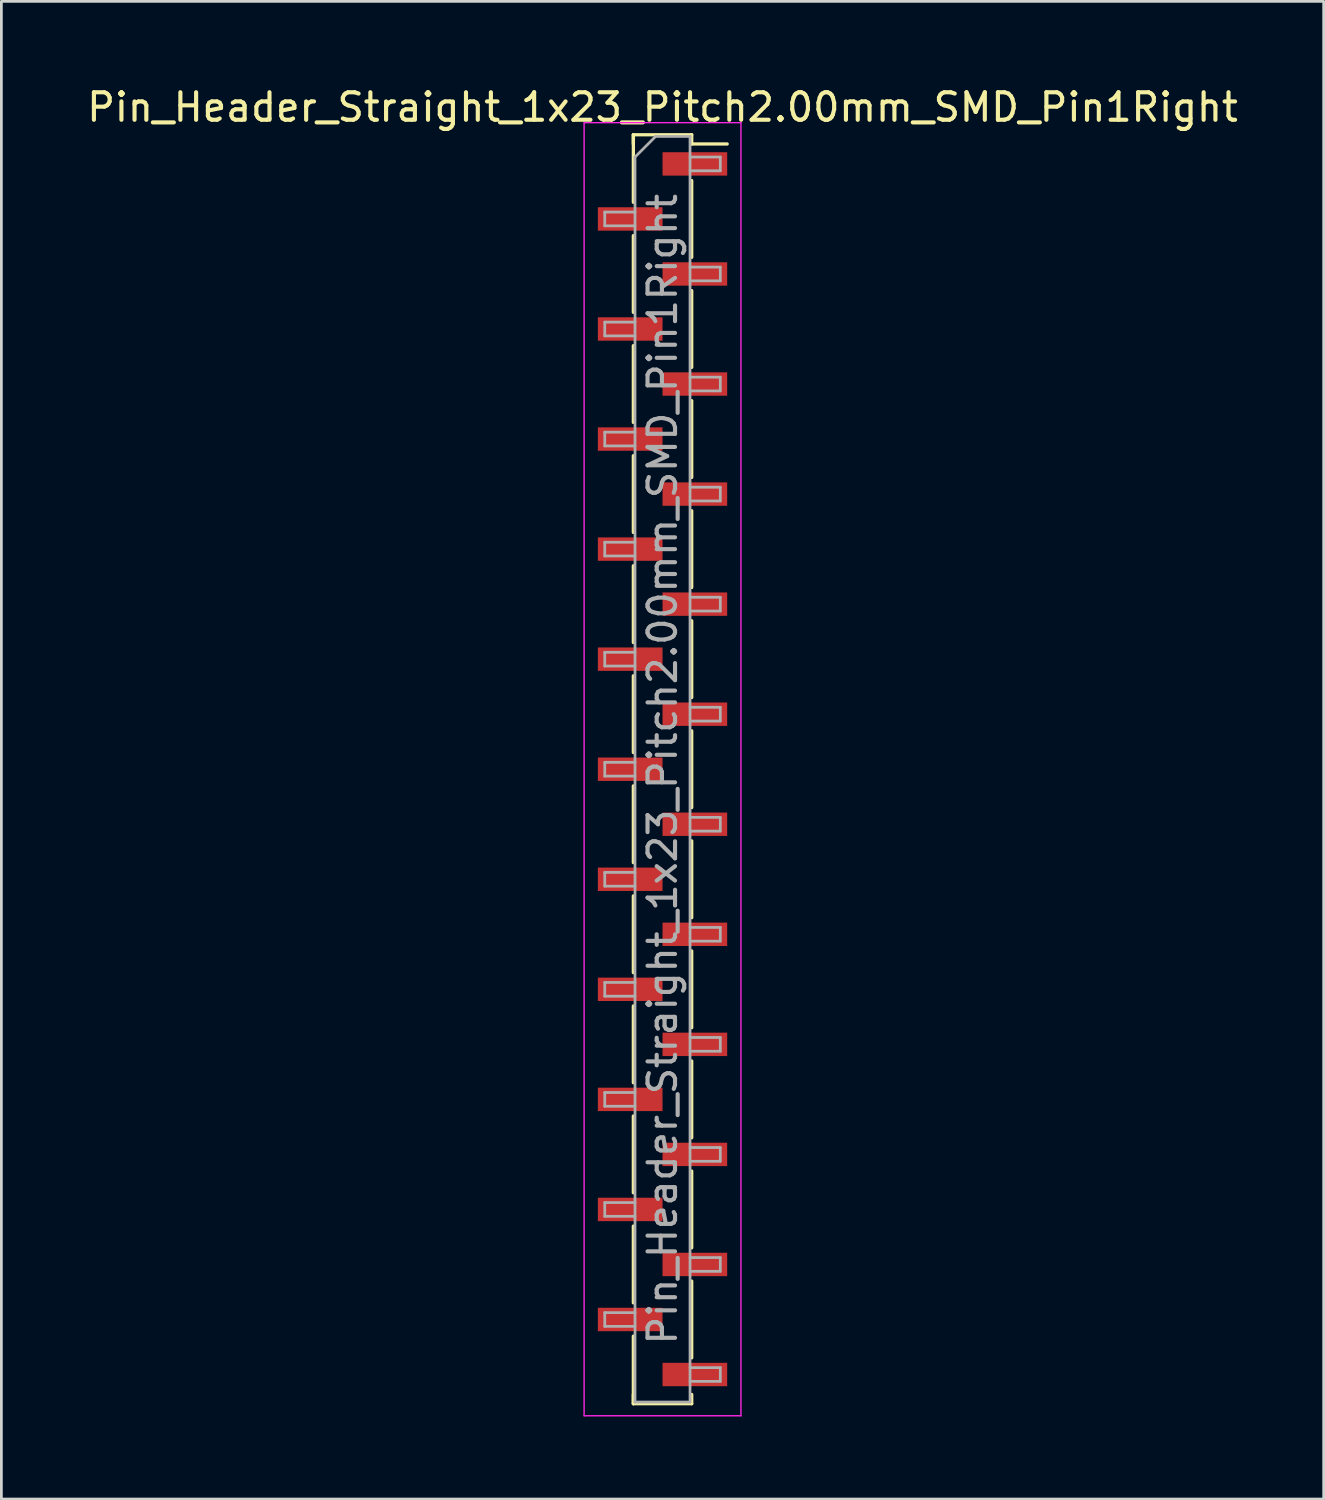
<source format=kicad_pcb>
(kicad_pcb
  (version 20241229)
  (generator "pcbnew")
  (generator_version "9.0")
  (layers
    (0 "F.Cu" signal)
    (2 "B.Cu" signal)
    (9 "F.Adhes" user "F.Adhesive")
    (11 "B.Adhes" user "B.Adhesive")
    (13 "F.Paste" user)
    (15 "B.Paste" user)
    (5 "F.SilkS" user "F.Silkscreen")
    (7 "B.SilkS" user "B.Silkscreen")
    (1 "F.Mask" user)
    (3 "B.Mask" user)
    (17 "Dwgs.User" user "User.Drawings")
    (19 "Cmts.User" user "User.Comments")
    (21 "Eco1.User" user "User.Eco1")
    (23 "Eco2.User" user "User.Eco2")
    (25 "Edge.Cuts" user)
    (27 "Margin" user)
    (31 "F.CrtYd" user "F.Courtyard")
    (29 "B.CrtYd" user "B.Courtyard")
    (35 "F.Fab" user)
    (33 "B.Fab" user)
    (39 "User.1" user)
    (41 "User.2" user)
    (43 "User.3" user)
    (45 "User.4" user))
  (footprint "Pin_Header_Straight_1x23_Pitch2.00mm_SMD_Pin1Right"
    (layer "F.Cu")
    (at 21.03 24.908)
    (property "Reference" "Pin_Header_Straight_1x23_Pitch2.00mm_SMD_Pin1Right" (at 0 -24.06 0) (layer "F.SilkS") (effects (font (size 1 1) (thickness 0.15))))
    (attr smd)
    (fp_line (start -1.06 -23.06) (end -1.06 -20.605) (stroke (width 0.12) (type solid)) (layer "F.SilkS"))
    (fp_line (start -1.06 -23.06) (end 1.06 -23.06) (stroke (width 0.12) (type solid)) (layer "F.SilkS"))
    (fp_line (start -1.06 -22.725) (end -1.06 -23.06) (stroke (width 0.12) (type solid)) (layer "F.SilkS"))
    (fp_line (start -1.06 -19.395) (end -1.06 -16.605) (stroke (width 0.12) (type solid)) (layer "F.SilkS"))
    (fp_line (start -1.06 -15.395) (end -1.06 -12.605) (stroke (width 0.12) (type solid)) (layer "F.SilkS"))
    (fp_line (start -1.06 -11.395) (end -1.06 -8.605) (stroke (width 0.12) (type solid)) (layer "F.SilkS"))
    (fp_line (start -1.06 -7.395) (end -1.06 -4.605) (stroke (width 0.12) (type solid)) (layer "F.SilkS"))
    (fp_line (start -1.06 -3.395) (end -1.06 -0.605) (stroke (width 0.12) (type solid)) (layer "F.SilkS"))
    (fp_line (start -1.06 0.605) (end -1.06 3.395) (stroke (width 0.12) (type solid)) (layer "F.SilkS"))
    (fp_line (start -1.06 4.605) (end -1.06 7.395) (stroke (width 0.12) (type solid)) (layer "F.SilkS"))
    (fp_line (start -1.06 8.605) (end -1.06 11.395) (stroke (width 0.12) (type solid)) (layer "F.SilkS"))
    (fp_line (start -1.06 12.605) (end -1.06 15.395) (stroke (width 0.12) (type solid)) (layer "F.SilkS"))
    (fp_line (start -1.06 16.605) (end -1.06 19.395) (stroke (width 0.12) (type solid)) (layer "F.SilkS"))
    (fp_line (start -1.06 20.605) (end -1.06 23.06) (stroke (width 0.12) (type solid)) (layer "F.SilkS"))
    (fp_line (start -1.06 22.725) (end -1.06 23.06) (stroke (width 0.12) (type solid)) (layer "F.SilkS"))
    (fp_line (start -1.06 23.06) (end 1.06 23.06) (stroke (width 0.12) (type solid)) (layer "F.SilkS"))
    (fp_line (start 1.06 -23.06) (end 1.06 -22.725) (stroke (width 0.12) (type solid)) (layer "F.SilkS"))
    (fp_line (start 1.06 -22.725) (end 2.35 -22.725) (stroke (width 0.12) (type solid)) (layer "F.SilkS"))
    (fp_line (start 1.06 -21.395) (end 1.06 -18.605) (stroke (width 0.12) (type solid)) (layer "F.SilkS"))
    (fp_line (start 1.06 -17.395) (end 1.06 -14.605) (stroke (width 0.12) (type solid)) (layer "F.SilkS"))
    (fp_line (start 1.06 -13.395) (end 1.06 -10.605) (stroke (width 0.12) (type solid)) (layer "F.SilkS"))
    (fp_line (start 1.06 -9.395) (end 1.06 -6.605) (stroke (width 0.12) (type solid)) (layer "F.SilkS"))
    (fp_line (start 1.06 -5.395) (end 1.06 -2.605) (stroke (width 0.12) (type solid)) (layer "F.SilkS"))
    (fp_line (start 1.06 -1.395) (end 1.06 1.395) (stroke (width 0.12) (type solid)) (layer "F.SilkS"))
    (fp_line (start 1.06 2.605) (end 1.06 5.395) (stroke (width 0.12) (type solid)) (layer "F.SilkS"))
    (fp_line (start 1.06 6.605) (end 1.06 9.395) (stroke (width 0.12) (type solid)) (layer "F.SilkS"))
    (fp_line (start 1.06 10.605) (end 1.06 13.395) (stroke (width 0.12) (type solid)) (layer "F.SilkS"))
    (fp_line (start 1.06 14.605) (end 1.06 17.395) (stroke (width 0.12) (type solid)) (layer "F.SilkS"))
    (fp_line (start 1.06 18.605) (end 1.06 21.395) (stroke (width 0.12) (type solid)) (layer "F.SilkS"))
    (fp_line (start 1.06 23.06) (end 1.06 22.725) (stroke (width 0.12) (type solid)) (layer "F.SilkS"))
    (fp_line (start -2.85 -23.5) (end -2.85 23.5) (stroke (width 0.05) (type solid)) (layer "F.CrtYd"))
    (fp_line (start -2.85 23.5) (end 2.85 23.5) (stroke (width 0.05) (type solid)) (layer "F.CrtYd"))
    (fp_line (start 2.85 -23.5) (end -2.85 -23.5) (stroke (width 0.05) (type solid)) (layer "F.CrtYd"))
    (fp_line (start 2.85 23.5) (end 2.85 -23.5) (stroke (width 0.05) (type solid)) (layer "F.CrtYd"))
    (fp_line (start -2.1 -20.25) (end -2.1 -19.75) (stroke (width 0.1) (type solid)) (layer "F.Fab"))
    (fp_line (start -2.1 -19.75) (end -1 -19.75) (stroke (width 0.1) (type solid)) (layer "F.Fab"))
    (fp_line (start -2.1 -16.25) (end -2.1 -15.75) (stroke (width 0.1) (type solid)) (layer "F.Fab"))
    (fp_line (start -2.1 -15.75) (end -1 -15.75) (stroke (width 0.1) (type solid)) (layer "F.Fab"))
    (fp_line (start -2.1 -12.25) (end -2.1 -11.75) (stroke (width 0.1) (type solid)) (layer "F.Fab"))
    (fp_line (start -2.1 -11.75) (end -1 -11.75) (stroke (width 0.1) (type solid)) (layer "F.Fab"))
    (fp_line (start -2.1 -8.25) (end -2.1 -7.75) (stroke (width 0.1) (type solid)) (layer "F.Fab"))
    (fp_line (start -2.1 -7.75) (end -1 -7.75) (stroke (width 0.1) (type solid)) (layer "F.Fab"))
    (fp_line (start -2.1 -4.25) (end -2.1 -3.75) (stroke (width 0.1) (type solid)) (layer "F.Fab"))
    (fp_line (start -2.1 -3.75) (end -1 -3.75) (stroke (width 0.1) (type solid)) (layer "F.Fab"))
    (fp_line (start -2.1 -0.25) (end -2.1 0.25) (stroke (width 0.1) (type solid)) (layer "F.Fab"))
    (fp_line (start -2.1 0.25) (end -1 0.25) (stroke (width 0.1) (type solid)) (layer "F.Fab"))
    (fp_line (start -2.1 3.75) (end -2.1 4.25) (stroke (width 0.1) (type solid)) (layer "F.Fab"))
    (fp_line (start -2.1 4.25) (end -1 4.25) (stroke (width 0.1) (type solid)) (layer "F.Fab"))
    (fp_line (start -2.1 7.75) (end -2.1 8.25) (stroke (width 0.1) (type solid)) (layer "F.Fab"))
    (fp_line (start -2.1 8.25) (end -1 8.25) (stroke (width 0.1) (type solid)) (layer "F.Fab"))
    (fp_line (start -2.1 11.75) (end -2.1 12.25) (stroke (width 0.1) (type solid)) (layer "F.Fab"))
    (fp_line (start -2.1 12.25) (end -1 12.25) (stroke (width 0.1) (type solid)) (layer "F.Fab"))
    (fp_line (start -2.1 15.75) (end -2.1 16.25) (stroke (width 0.1) (type solid)) (layer "F.Fab"))
    (fp_line (start -2.1 16.25) (end -1 16.25) (stroke (width 0.1) (type solid)) (layer "F.Fab"))
    (fp_line (start -2.1 19.75) (end -2.1 20.25) (stroke (width 0.1) (type solid)) (layer "F.Fab"))
    (fp_line (start -2.1 20.25) (end -1 20.25) (stroke (width 0.1) (type solid)) (layer "F.Fab"))
    (fp_line (start -1 -22.25) (end -0.25 -23) (stroke (width 0.1) (type solid)) (layer "F.Fab"))
    (fp_line (start -1 -20.25) (end -2.1 -20.25) (stroke (width 0.1) (type solid)) (layer "F.Fab"))
    (fp_line (start -1 -16.25) (end -2.1 -16.25) (stroke (width 0.1) (type solid)) (layer "F.Fab"))
    (fp_line (start -1 -12.25) (end -2.1 -12.25) (stroke (width 0.1) (type solid)) (layer "F.Fab"))
    (fp_line (start -1 -8.25) (end -2.1 -8.25) (stroke (width 0.1) (type solid)) (layer "F.Fab"))
    (fp_line (start -1 -4.25) (end -2.1 -4.25) (stroke (width 0.1) (type solid)) (layer "F.Fab"))
    (fp_line (start -1 -0.25) (end -2.1 -0.25) (stroke (width 0.1) (type solid)) (layer "F.Fab"))
    (fp_line (start -1 3.75) (end -2.1 3.75) (stroke (width 0.1) (type solid)) (layer "F.Fab"))
    (fp_line (start -1 7.75) (end -2.1 7.75) (stroke (width 0.1) (type solid)) (layer "F.Fab"))
    (fp_line (start -1 11.75) (end -2.1 11.75) (stroke (width 0.1) (type solid)) (layer "F.Fab"))
    (fp_line (start -1 15.75) (end -2.1 15.75) (stroke (width 0.1) (type solid)) (layer "F.Fab"))
    (fp_line (start -1 19.75) (end -2.1 19.75) (stroke (width 0.1) (type solid)) (layer "F.Fab"))
    (fp_line (start -1 23) (end -1 -22.25) (stroke (width 0.1) (type solid)) (layer "F.Fab"))
    (fp_line (start -0.25 -23) (end 1 -23) (stroke (width 0.1) (type solid)) (layer "F.Fab"))
    (fp_line (start 1 -23) (end 1 23) (stroke (width 0.1) (type solid)) (layer "F.Fab"))
    (fp_line (start 1 -22.25) (end 2.1 -22.25) (stroke (width 0.1) (type solid)) (layer "F.Fab"))
    (fp_line (start 1 -18.25) (end 2.1 -18.25) (stroke (width 0.1) (type solid)) (layer "F.Fab"))
    (fp_line (start 1 -14.25) (end 2.1 -14.25) (stroke (width 0.1) (type solid)) (layer "F.Fab"))
    (fp_line (start 1 -10.25) (end 2.1 -10.25) (stroke (width 0.1) (type solid)) (layer "F.Fab"))
    (fp_line (start 1 -6.25) (end 2.1 -6.25) (stroke (width 0.1) (type solid)) (layer "F.Fab"))
    (fp_line (start 1 -2.25) (end 2.1 -2.25) (stroke (width 0.1) (type solid)) (layer "F.Fab"))
    (fp_line (start 1 1.75) (end 2.1 1.75) (stroke (width 0.1) (type solid)) (layer "F.Fab"))
    (fp_line (start 1 5.75) (end 2.1 5.75) (stroke (width 0.1) (type solid)) (layer "F.Fab"))
    (fp_line (start 1 9.75) (end 2.1 9.75) (stroke (width 0.1) (type solid)) (layer "F.Fab"))
    (fp_line (start 1 13.75) (end 2.1 13.75) (stroke (width 0.1) (type solid)) (layer "F.Fab"))
    (fp_line (start 1 17.75) (end 2.1 17.75) (stroke (width 0.1) (type solid)) (layer "F.Fab"))
    (fp_line (start 1 21.75) (end 2.1 21.75) (stroke (width 0.1) (type solid)) (layer "F.Fab"))
    (fp_line (start 1 23) (end -1 23) (stroke (width 0.1) (type solid)) (layer "F.Fab"))
    (fp_line (start 2.1 -22.25) (end 2.1 -21.75) (stroke (width 0.1) (type solid)) (layer "F.Fab"))
    (fp_line (start 2.1 -21.75) (end 1 -21.75) (stroke (width 0.1) (type solid)) (layer "F.Fab"))
    (fp_line (start 2.1 -18.25) (end 2.1 -17.75) (stroke (width 0.1) (type solid)) (layer "F.Fab"))
    (fp_line (start 2.1 -17.75) (end 1 -17.75) (stroke (width 0.1) (type solid)) (layer "F.Fab"))
    (fp_line (start 2.1 -14.25) (end 2.1 -13.75) (stroke (width 0.1) (type solid)) (layer "F.Fab"))
    (fp_line (start 2.1 -13.75) (end 1 -13.75) (stroke (width 0.1) (type solid)) (layer "F.Fab"))
    (fp_line (start 2.1 -10.25) (end 2.1 -9.75) (stroke (width 0.1) (type solid)) (layer "F.Fab"))
    (fp_line (start 2.1 -9.75) (end 1 -9.75) (stroke (width 0.1) (type solid)) (layer "F.Fab"))
    (fp_line (start 2.1 -6.25) (end 2.1 -5.75) (stroke (width 0.1) (type solid)) (layer "F.Fab"))
    (fp_line (start 2.1 -5.75) (end 1 -5.75) (stroke (width 0.1) (type solid)) (layer "F.Fab"))
    (fp_line (start 2.1 -2.25) (end 2.1 -1.75) (stroke (width 0.1) (type solid)) (layer "F.Fab"))
    (fp_line (start 2.1 -1.75) (end 1 -1.75) (stroke (width 0.1) (type solid)) (layer "F.Fab"))
    (fp_line (start 2.1 1.75) (end 2.1 2.25) (stroke (width 0.1) (type solid)) (layer "F.Fab"))
    (fp_line (start 2.1 2.25) (end 1 2.25) (stroke (width 0.1) (type solid)) (layer "F.Fab"))
    (fp_line (start 2.1 5.75) (end 2.1 6.25) (stroke (width 0.1) (type solid)) (layer "F.Fab"))
    (fp_line (start 2.1 6.25) (end 1 6.25) (stroke (width 0.1) (type solid)) (layer "F.Fab"))
    (fp_line (start 2.1 9.75) (end 2.1 10.25) (stroke (width 0.1) (type solid)) (layer "F.Fab"))
    (fp_line (start 2.1 10.25) (end 1 10.25) (stroke (width 0.1) (type solid)) (layer "F.Fab"))
    (fp_line (start 2.1 13.75) (end 2.1 14.25) (stroke (width 0.1) (type solid)) (layer "F.Fab"))
    (fp_line (start 2.1 14.25) (end 1 14.25) (stroke (width 0.1) (type solid)) (layer "F.Fab"))
    (fp_line (start 2.1 17.75) (end 2.1 18.25) (stroke (width 0.1) (type solid)) (layer "F.Fab"))
    (fp_line (start 2.1 18.25) (end 1 18.25) (stroke (width 0.1) (type solid)) (layer "F.Fab"))
    (fp_line (start 2.1 21.75) (end 2.1 22.25) (stroke (width 0.1) (type solid)) (layer "F.Fab"))
    (fp_line (start 2.1 22.25) (end 1 22.25) (stroke (width 0.1) (type solid)) (layer "F.Fab"))
    (fp_text user "${REFERENCE}" (at 0 0 90) (layer "F.Fab") (effects (font (size 1 1) (thickness 0.15))))
    (pad "1" smd rect (at 1.175 -22) (size 2.35 0.85) (layers "F.Cu" "F.Mask" "F.Paste"))
    (pad "2" smd rect (at -1.175 -20) (size 2.35 0.85) (layers "F.Cu" "F.Mask" "F.Paste"))
    (pad "3" smd rect (at 1.175 -18) (size 2.35 0.85) (layers "F.Cu" "F.Mask" "F.Paste"))
    (pad "4" smd rect (at -1.175 -16) (size 2.35 0.85) (layers "F.Cu" "F.Mask" "F.Paste"))
    (pad "5" smd rect (at 1.175 -14) (size 2.35 0.85) (layers "F.Cu" "F.Mask" "F.Paste"))
    (pad "6" smd rect (at -1.175 -12) (size 2.35 0.85) (layers "F.Cu" "F.Mask" "F.Paste"))
    (pad "7" smd rect (at 1.175 -10) (size 2.35 0.85) (layers "F.Cu" "F.Mask" "F.Paste"))
    (pad "8" smd rect (at -1.175 -8) (size 2.35 0.85) (layers "F.Cu" "F.Mask" "F.Paste"))
    (pad "9" smd rect (at 1.175 -6) (size 2.35 0.85) (layers "F.Cu" "F.Mask" "F.Paste"))
    (pad "10" smd rect (at -1.175 -4) (size 2.35 0.85) (layers "F.Cu" "F.Mask" "F.Paste"))
    (pad "11" smd rect (at 1.175 -2) (size 2.35 0.85) (layers "F.Cu" "F.Mask" "F.Paste"))
    (pad "12" smd rect (at -1.175 0) (size 2.35 0.85) (layers "F.Cu" "F.Mask" "F.Paste"))
    (pad "13" smd rect (at 1.175 2) (size 2.35 0.85) (layers "F.Cu" "F.Mask" "F.Paste"))
    (pad "14" smd rect (at -1.175 4) (size 2.35 0.85) (layers "F.Cu" "F.Mask" "F.Paste"))
    (pad "15" smd rect (at 1.175 6) (size 2.35 0.85) (layers "F.Cu" "F.Mask" "F.Paste"))
    (pad "16" smd rect (at -1.175 8) (size 2.35 0.85) (layers "F.Cu" "F.Mask" "F.Paste"))
    (pad "17" smd rect (at 1.175 10) (size 2.35 0.85) (layers "F.Cu" "F.Mask" "F.Paste"))
    (pad "18" smd rect (at -1.175 12) (size 2.35 0.85) (layers "F.Cu" "F.Mask" "F.Paste"))
    (pad "19" smd rect (at 1.175 14) (size 2.35 0.85) (layers "F.Cu" "F.Mask" "F.Paste"))
    (pad "20" smd rect (at -1.175 16) (size 2.35 0.85) (layers "F.Cu" "F.Mask" "F.Paste"))
    (pad "21" smd rect (at 1.175 18) (size 2.35 0.85) (layers "F.Cu" "F.Mask" "F.Paste"))
    (pad "22" smd rect (at -1.175 20) (size 2.35 0.85) (layers "F.Cu" "F.Mask" "F.Paste"))
    (pad "23" smd rect (at 1.175 22) (size 2.35 0.85) (layers "F.Cu" "F.Mask" "F.Paste")))
  (gr_rect
    (start -3 -3)
    (end 45.06 51.433)
    (stroke (width 0.1) (type default))
    (fill no)
    (layer "Edge.Cuts")))
</source>
